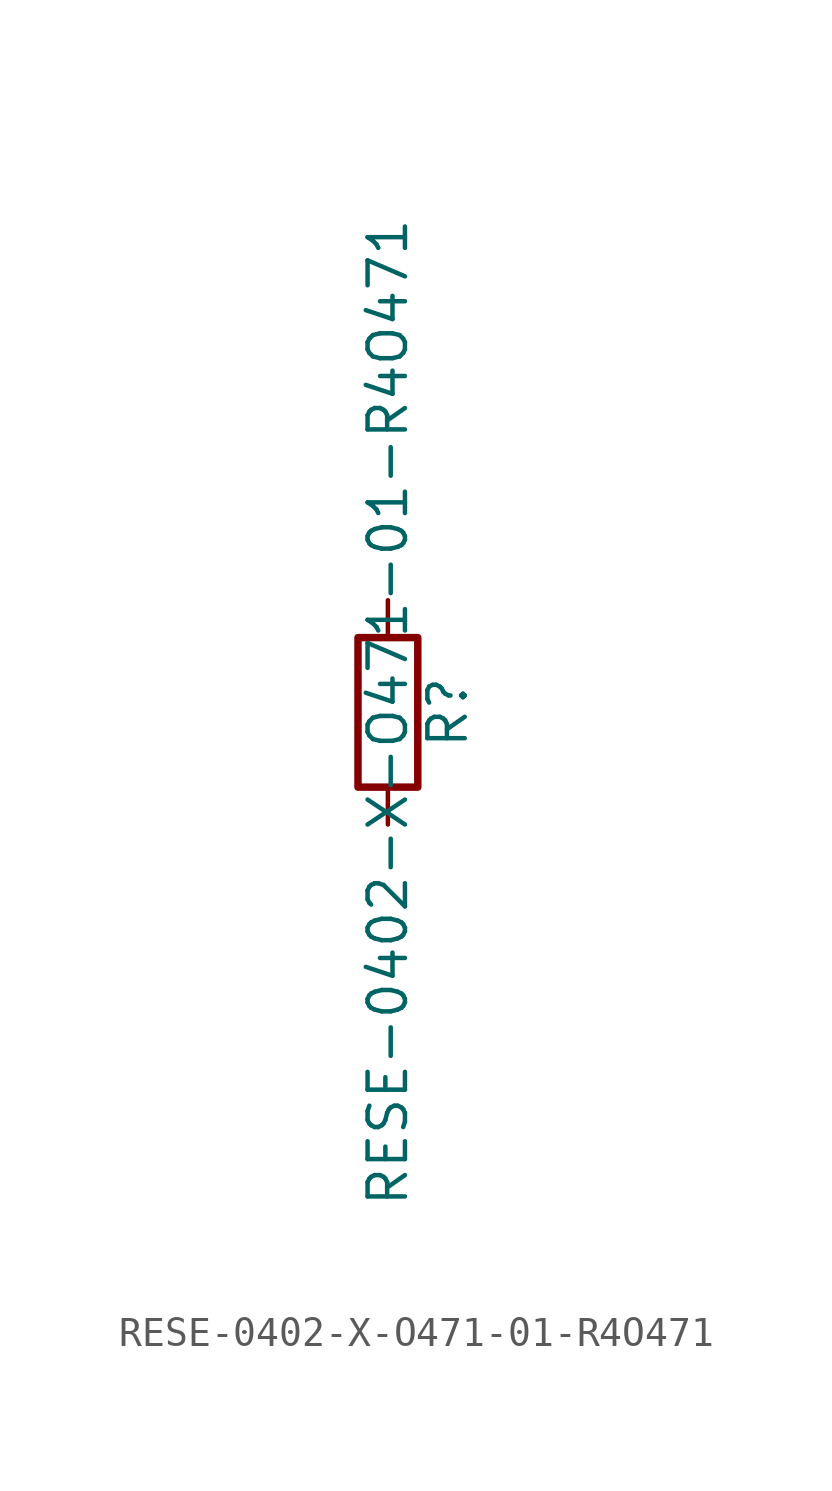
<source format=kicad_sym>
(kicad_symbol_lib
  (version 20211014)
  (generator kicad_symbol_editor)
  (symbol "RESE-0402-X-O471-01-R4O471"
    (pin_numbers hide)
    (pin_names
      (offset 0))
    (property "Reference" "R"
      (at 2.032 0 90)
      (effects (font (size 1.27 1.27))))
    (property "Value" "RESE-0402-X-O471-01-R4O471"
      (at 0 0 90)
      (effects (font (size 1.27 1.27))))
    (symbol "RESE-0402-X-O471-01-R4O471_0_1"
      (rectangle (start -1.016 -2.54) (end 1.016 2.54) (stroke (width 0.254) (type default) (color 0 0 0 0)) (fill (type none))))
    (symbol "RESE-0402-X-O471-01-R4O471_1_1"
      (pin passive line (at 0 3.81 270) (length 1.27) (name "~" (effects (font (size 1.27 1.27)))) (number "1" (effects (font (size 1.27 1.27)))))
      (pin passive line (at 0 -3.81 90) (length 1.27) (name "~" (effects (font (size 1.27 1.27)))) (number "2" (effects (font (size 1.27 1.27))))))))
</source>
